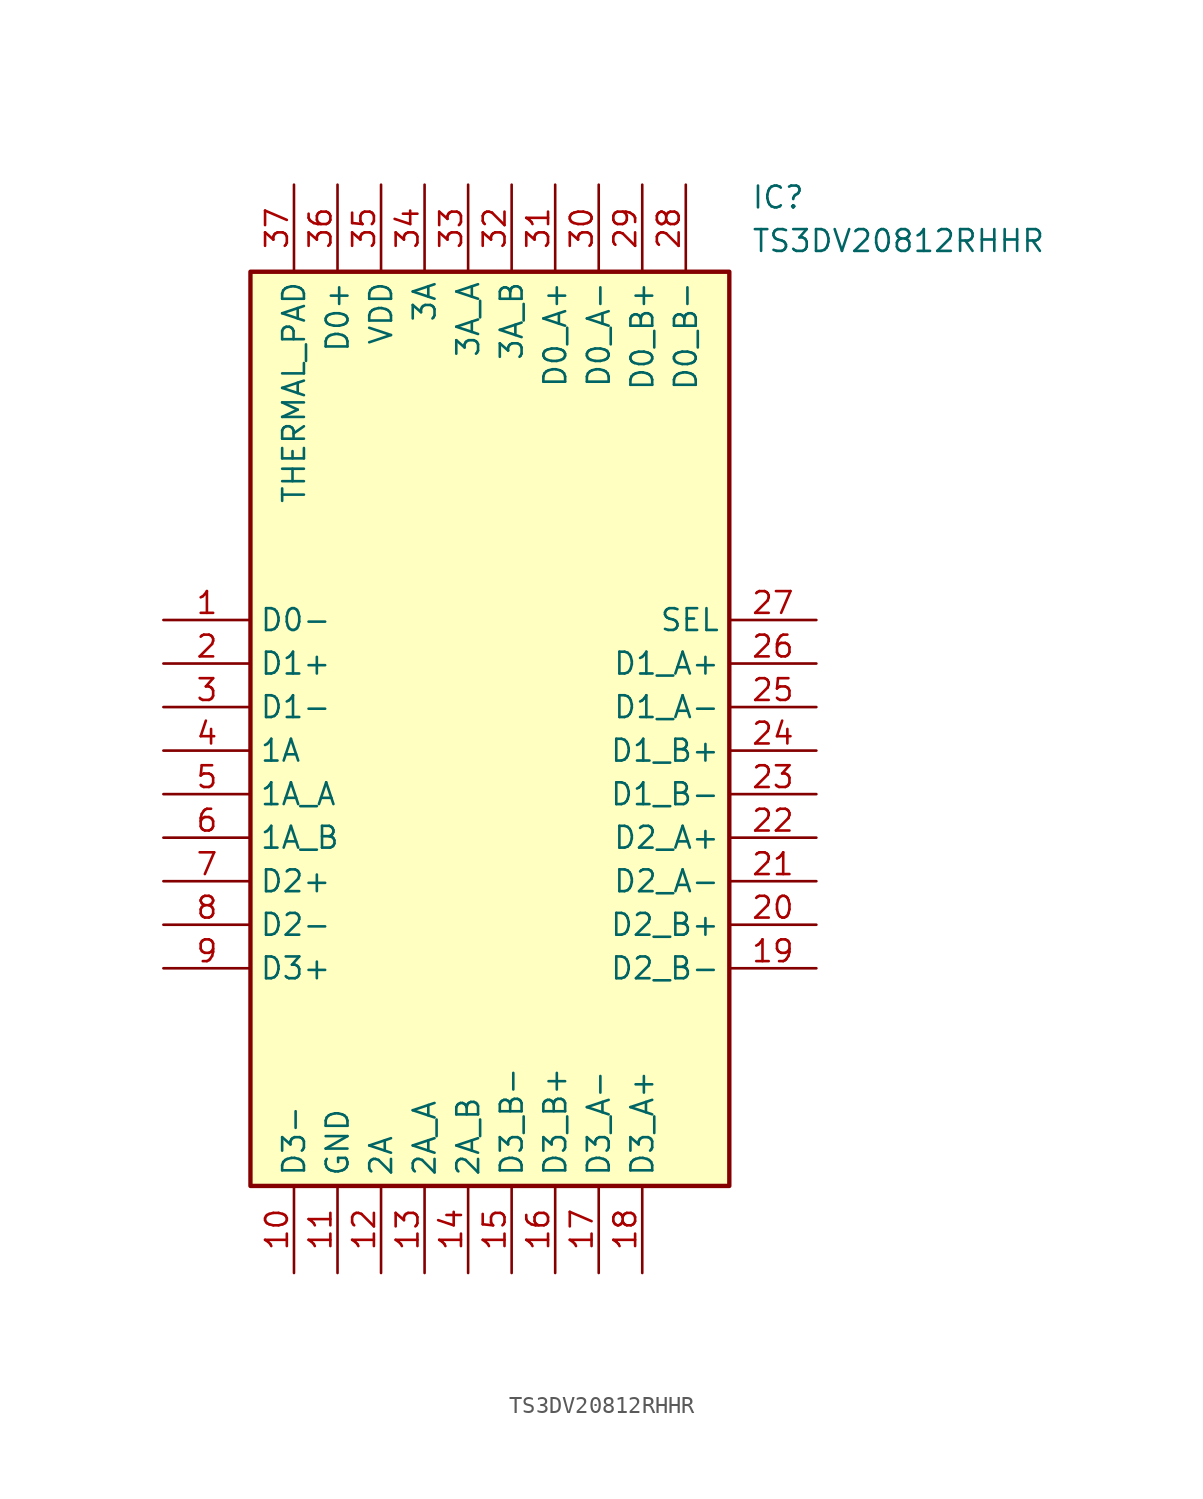
<source format=kicad_sym>
(kicad_symbol_lib
  (version 20211014)
  (generator SamacSys_ECAD_Model)
  (symbol "TS3DV20812RHHR"
    (property "Reference" "IC"
      (at 34.29 25.4 0)
      (effects (font (size 1.27 1.27)) (justify left top)))
    (property "Value" "TS3DV20812RHHR"
      (at 34.29 22.86 0)
      (effects (font (size 1.27 1.27)) (justify left top)))
    (rectangle
      (start 5.08 20.32)
      (end 33.02 -33.02)
      (stroke (width 0.254) (type default))
      (fill (type background)))
    (pin bidirectional line
      (at 0 0 0)
      (length 5.08)
      (name "D0-" (effects (font (size 1.27 1.27))))
      (number "1" (effects (font (size 1.27 1.27)))))
    (pin bidirectional line
      (at 0 -2.54 0)
      (length 5.08)
      (name "D1+" (effects (font (size 1.27 1.27))))
      (number "2" (effects (font (size 1.27 1.27)))))
    (pin bidirectional line
      (at 0 -5.08 0)
      (length 5.08)
      (name "D1-" (effects (font (size 1.27 1.27))))
      (number "3" (effects (font (size 1.27 1.27)))))
    (pin bidirectional line
      (at 0 -7.62 0)
      (length 5.08)
      (name "1A" (effects (font (size 1.27 1.27))))
      (number "4" (effects (font (size 1.27 1.27)))))
    (pin bidirectional line
      (at 0 -10.16 0)
      (length 5.08)
      (name "1A_A" (effects (font (size 1.27 1.27))))
      (number "5" (effects (font (size 1.27 1.27)))))
    (pin bidirectional line
      (at 0 -12.7 0)
      (length 5.08)
      (name "1A_B" (effects (font (size 1.27 1.27))))
      (number "6" (effects (font (size 1.27 1.27)))))
    (pin bidirectional line
      (at 0 -15.24 0)
      (length 5.08)
      (name "D2+" (effects (font (size 1.27 1.27))))
      (number "7" (effects (font (size 1.27 1.27)))))
    (pin bidirectional line
      (at 0 -17.78 0)
      (length 5.08)
      (name "D2-" (effects (font (size 1.27 1.27))))
      (number "8" (effects (font (size 1.27 1.27)))))
    (pin bidirectional line
      (at 0 -20.32 0)
      (length 5.08)
      (name "D3+" (effects (font (size 1.27 1.27))))
      (number "9" (effects (font (size 1.27 1.27)))))
    (pin bidirectional line
      (at 7.62 -38.1 90)
      (length 5.08)
      (name "D3-" (effects (font (size 1.27 1.27))))
      (number "10" (effects (font (size 1.27 1.27)))))
    (pin power_in line
      (at 10.16 -38.1 90)
      (length 5.08)
      (name "GND" (effects (font (size 1.27 1.27))))
      (number "11" (effects (font (size 1.27 1.27)))))
    (pin bidirectional line
      (at 12.7 -38.1 90)
      (length 5.08)
      (name "2A" (effects (font (size 1.27 1.27))))
      (number "12" (effects (font (size 1.27 1.27)))))
    (pin bidirectional line
      (at 15.24 -38.1 90)
      (length 5.08)
      (name "2A_A" (effects (font (size 1.27 1.27))))
      (number "13" (effects (font (size 1.27 1.27)))))
    (pin bidirectional line
      (at 17.78 -38.1 90)
      (length 5.08)
      (name "2A_B" (effects (font (size 1.27 1.27))))
      (number "14" (effects (font (size 1.27 1.27)))))
    (pin bidirectional line
      (at 20.32 -38.1 90)
      (length 5.08)
      (name "D3_B-" (effects (font (size 1.27 1.27))))
      (number "15" (effects (font (size 1.27 1.27)))))
    (pin bidirectional line
      (at 22.86 -38.1 90)
      (length 5.08)
      (name "D3_B+" (effects (font (size 1.27 1.27))))
      (number "16" (effects (font (size 1.27 1.27)))))
    (pin bidirectional line
      (at 25.4 -38.1 90)
      (length 5.08)
      (name "D3_A-" (effects (font (size 1.27 1.27))))
      (number "17" (effects (font (size 1.27 1.27)))))
    (pin bidirectional line
      (at 27.94 -38.1 90)
      (length 5.08)
      (name "D3_A+" (effects (font (size 1.27 1.27))))
      (number "18" (effects (font (size 1.27 1.27)))))
    (pin input line
      (at 38.1 0 180)
      (length 5.08)
      (name "SEL" (effects (font (size 1.27 1.27))))
      (number "27" (effects (font (size 1.27 1.27)))))
    (pin bidirectional line
      (at 38.1 -2.54 180)
      (length 5.08)
      (name "D1_A+" (effects (font (size 1.27 1.27))))
      (number "26" (effects (font (size 1.27 1.27)))))
    (pin bidirectional line
      (at 38.1 -5.08 180)
      (length 5.08)
      (name "D1_A-" (effects (font (size 1.27 1.27))))
      (number "25" (effects (font (size 1.27 1.27)))))
    (pin bidirectional line
      (at 38.1 -7.62 180)
      (length 5.08)
      (name "D1_B+" (effects (font (size 1.27 1.27))))
      (number "24" (effects (font (size 1.27 1.27)))))
    (pin bidirectional line
      (at 38.1 -10.16 180)
      (length 5.08)
      (name "D1_B-" (effects (font (size 1.27 1.27))))
      (number "23" (effects (font (size 1.27 1.27)))))
    (pin bidirectional line
      (at 38.1 -12.7 180)
      (length 5.08)
      (name "D2_A+" (effects (font (size 1.27 1.27))))
      (number "22" (effects (font (size 1.27 1.27)))))
    (pin bidirectional line
      (at 38.1 -15.24 180)
      (length 5.08)
      (name "D2_A-" (effects (font (size 1.27 1.27))))
      (number "21" (effects (font (size 1.27 1.27)))))
    (pin bidirectional line
      (at 38.1 -17.78 180)
      (length 5.08)
      (name "D2_B+" (effects (font (size 1.27 1.27))))
      (number "20" (effects (font (size 1.27 1.27)))))
    (pin bidirectional line
      (at 38.1 -20.32 180)
      (length 5.08)
      (name "D2_B-" (effects (font (size 1.27 1.27))))
      (number "19" (effects (font (size 1.27 1.27)))))
    (pin passive line
      (at 7.62 25.4 270)
      (length 5.08)
      (name "THERMAL_PAD" (effects (font (size 1.27 1.27))))
      (number "37" (effects (font (size 1.27 1.27)))))
    (pin bidirectional line
      (at 10.16 25.4 270)
      (length 5.08)
      (name "D0+" (effects (font (size 1.27 1.27))))
      (number "36" (effects (font (size 1.27 1.27)))))
    (pin power_in line
      (at 12.7 25.4 270)
      (length 5.08)
      (name "VDD" (effects (font (size 1.27 1.27))))
      (number "35" (effects (font (size 1.27 1.27)))))
    (pin bidirectional line
      (at 15.24 25.4 270)
      (length 5.08)
      (name "3A" (effects (font (size 1.27 1.27))))
      (number "34" (effects (font (size 1.27 1.27)))))
    (pin bidirectional line
      (at 17.78 25.4 270)
      (length 5.08)
      (name "3A_A" (effects (font (size 1.27 1.27))))
      (number "33" (effects (font (size 1.27 1.27)))))
    (pin bidirectional line
      (at 20.32 25.4 270)
      (length 5.08)
      (name "3A_B" (effects (font (size 1.27 1.27))))
      (number "32" (effects (font (size 1.27 1.27)))))
    (pin bidirectional line
      (at 22.86 25.4 270)
      (length 5.08)
      (name "D0_A+" (effects (font (size 1.27 1.27))))
      (number "31" (effects (font (size 1.27 1.27)))))
    (pin bidirectional line
      (at 25.4 25.4 270)
      (length 5.08)
      (name "D0_A-" (effects (font (size 1.27 1.27))))
      (number "30" (effects (font (size 1.27 1.27)))))
    (pin bidirectional line
      (at 27.94 25.4 270)
      (length 5.08)
      (name "D0_B+" (effects (font (size 1.27 1.27))))
      (number "29" (effects (font (size 1.27 1.27)))))
    (pin bidirectional line
      (at 30.48 25.4 270)
      (length 5.08)
      (name "D0_B-" (effects (font (size 1.27 1.27))))
      (number "28" (effects (font (size 1.27 1.27)))))))
</source>
